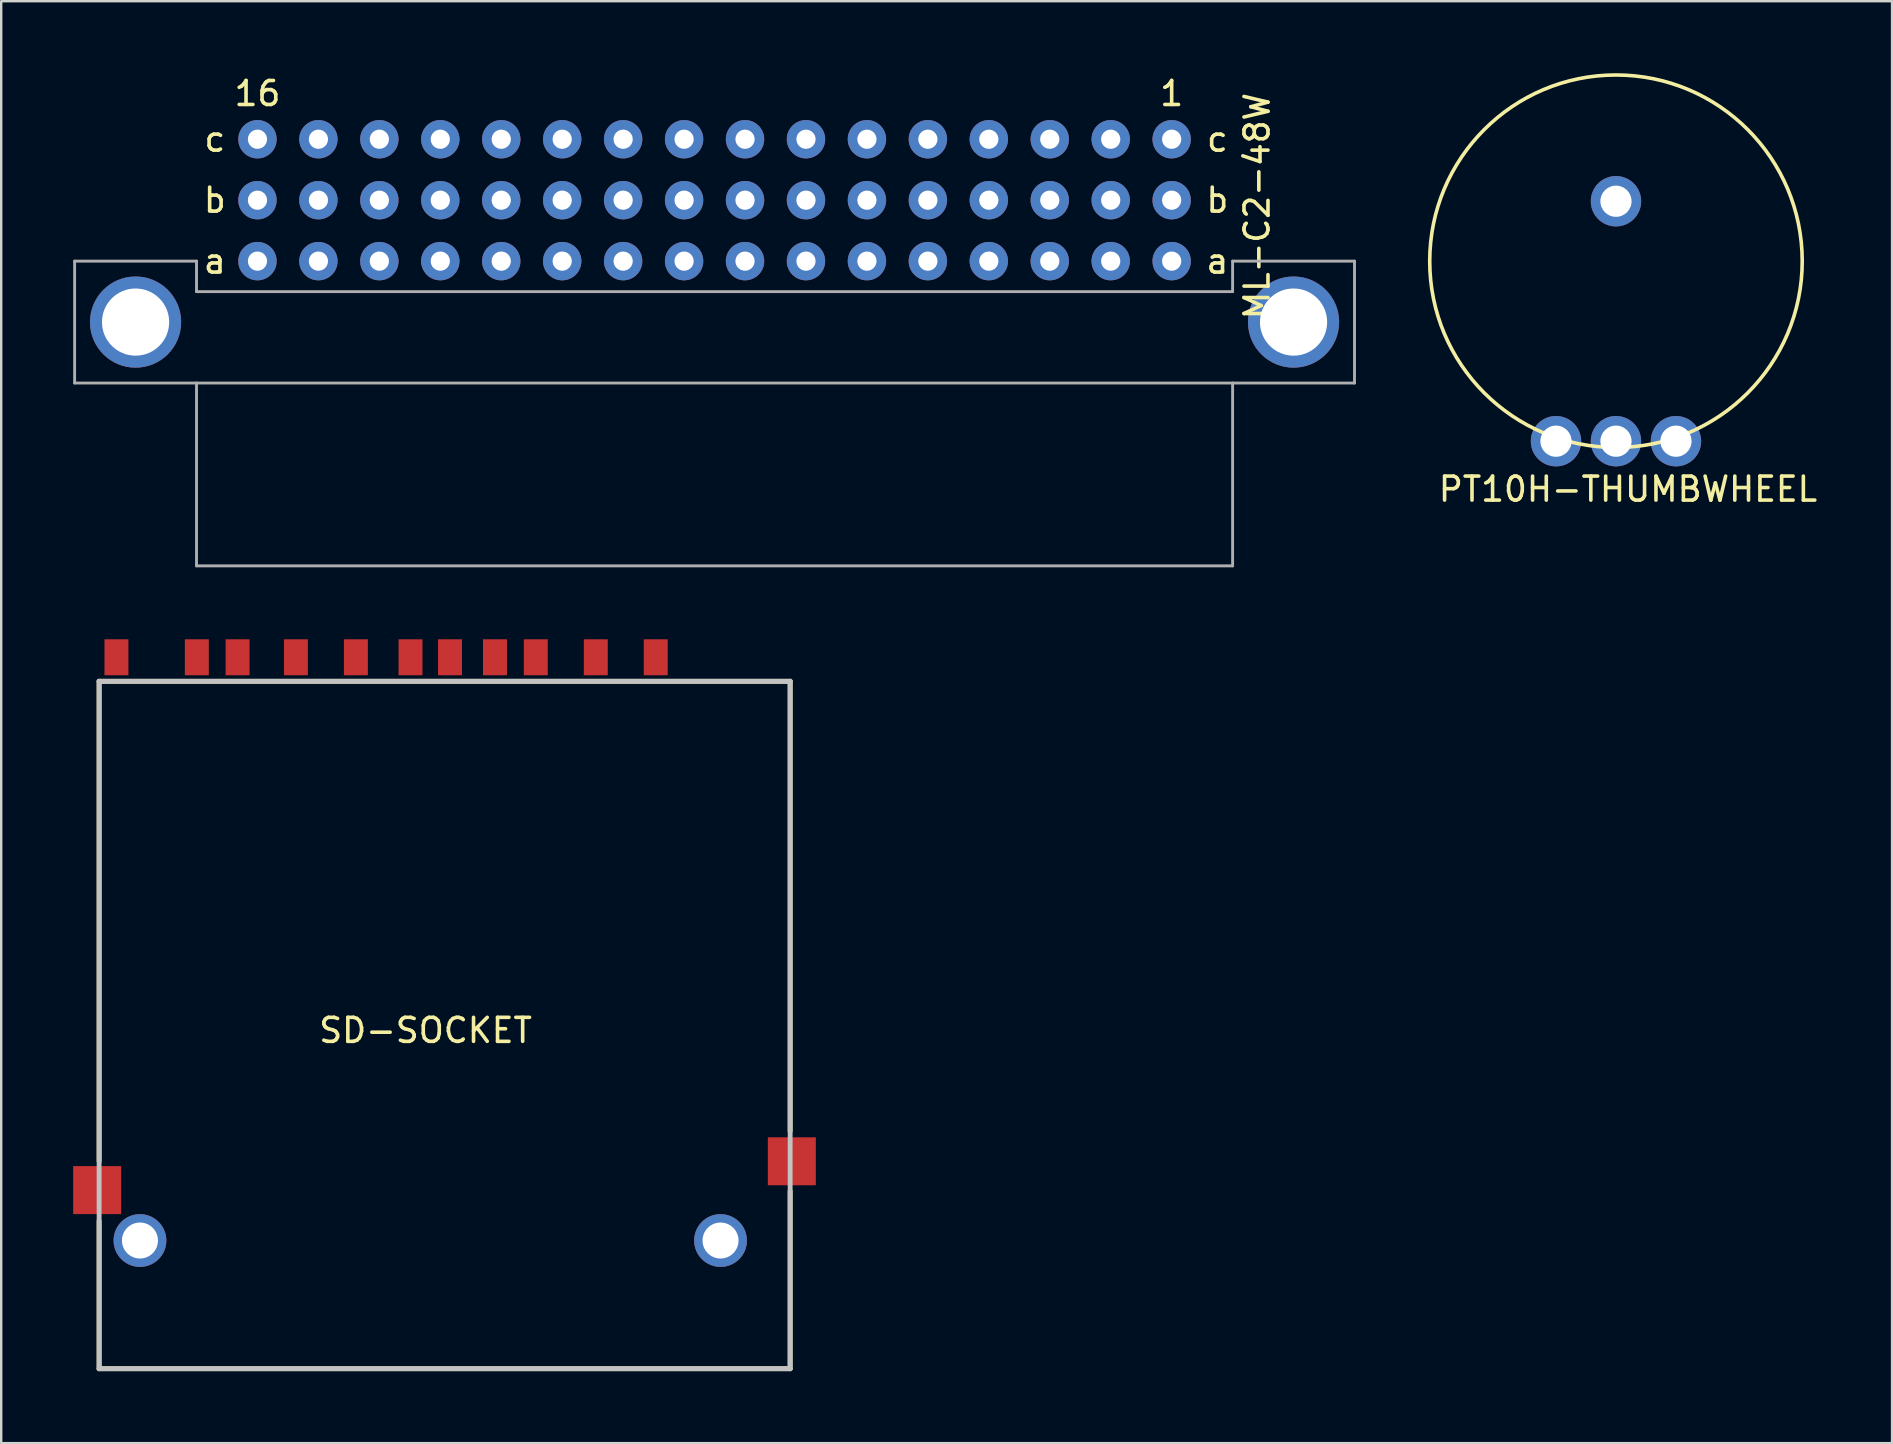
<source format=kicad_pcb>
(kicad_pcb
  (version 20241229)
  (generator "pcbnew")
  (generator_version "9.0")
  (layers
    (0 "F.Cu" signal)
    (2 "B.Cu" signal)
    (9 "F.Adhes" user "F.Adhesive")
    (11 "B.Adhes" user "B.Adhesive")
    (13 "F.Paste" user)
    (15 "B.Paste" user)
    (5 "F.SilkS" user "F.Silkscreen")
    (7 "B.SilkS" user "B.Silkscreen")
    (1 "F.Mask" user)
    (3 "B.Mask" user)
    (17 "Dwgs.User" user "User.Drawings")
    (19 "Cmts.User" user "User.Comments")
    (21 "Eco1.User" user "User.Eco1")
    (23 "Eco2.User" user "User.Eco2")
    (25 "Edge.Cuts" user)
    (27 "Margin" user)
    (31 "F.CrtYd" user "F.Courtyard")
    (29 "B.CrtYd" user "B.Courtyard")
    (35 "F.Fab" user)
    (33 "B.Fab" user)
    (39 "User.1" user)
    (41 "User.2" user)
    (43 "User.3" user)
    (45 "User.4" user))
  (footprint "PT10H-THUMBWHEEL"
    (layer "F.Cu")
    (at 61.797 15.337)
    (property "Reference" "PT10H-THUMBWHEEL" (at 3 2 0) (layer "F.SilkS") (effects (font (size 1 1) (thickness 0.15))))
    (attr through_hole)
    (fp_circle (center 2.5 -7.5) (end 4.5 0) (stroke (width 0.15) (type solid)) (fill no) (layer "F.SilkS"))
    (pad "1" thru_hole circle (at 0 0) (size 2.1 2.1) (drill 1.3) (layers "*.Cu" "*.Mask"))
    (pad "2" thru_hole circle (at 2.5 -10) (size 2.1 2.1) (drill 1.3) (layers "*.Cu" "*.Mask"))
    (pad "2" thru_hole circle (at 2.5 0) (size 2.1 2.1) (drill 1.3) (layers "*.Cu" "*.Mask"))
    (pad "3" thru_hole circle (at 5 0) (size 2.1 2.1) (drill 1.3) (layers "*.Cu" "*.Mask")))
  (footprint "SD-SOCKET"
    (layer "F.Cu")
    (at 14.6 39.398)
    (property "Reference" "SD-SOCKET" (at 0.085 0.495 0) (layer "F.SilkS") (effects (font (size 1 1) (thickness 0.15))))
    (attr smd)
    (fp_line (start -13.519 -14.055) (end -13.519 5.943) (stroke (width 0.203) (type solid)) (layer "F.SilkS"))
    (fp_line (start -13.519 8.442) (end -13.519 14.594) (stroke (width 0.203) (type solid)) (layer "F.SilkS"))
    (fp_line (start -13.519 14.594) (end 15.28 14.594) (stroke (width 0.203) (type solid)) (layer "F.SilkS"))
    (fp_line (start 15.28 -14.055) (end -13.519 -14.055) (stroke (width 0.203) (type solid)) (layer "F.SilkS"))
    (fp_line (start 15.28 4.693) (end 15.28 -14.055) (stroke (width 0.203) (type solid)) (layer "F.SilkS"))
    (fp_line (start 15.28 14.594) (end 15.28 7.192) (stroke (width 0.203) (type solid)) (layer "F.SilkS"))
    (fp_line (start -13.519 -14.055) (end -13.519 14.594) (stroke (width 0.203) (type solid)) (layer "Dwgs.User"))
    (fp_line (start -13.519 14.594) (end 15.28 14.594) (stroke (width 0.203) (type solid)) (layer "Dwgs.User"))
    (fp_line (start 15.28 -14.055) (end -13.519 -14.055) (stroke (width 0.203) (type solid)) (layer "Dwgs.User"))
    (fp_line (start 15.28 14.594) (end 15.28 -14.055) (stroke (width 0.203) (type solid)) (layer "Dwgs.User"))
    (pad "1" smd rect (at 7.18 -15.056) (size 0.998 1.499) (layers "F.Cu" "F.Mask"))
    (pad "2" smd rect (at 4.68 -15.056) (size 0.998 1.499) (layers "F.Cu" "F.Mask"))
    (pad "3" smd rect (at 1.104 -15.056) (size 0.998 1.499) (layers "F.Cu" "F.Mask"))
    (pad "4" smd rect (at -0.542 -15.056) (size 0.998 1.499) (layers "F.Cu" "F.Mask"))
    (pad "5" smd rect (at -2.818 -15.056) (size 0.998 1.499) (layers "F.Cu" "F.Mask"))
    (pad "6" smd rect (at -5.317 -15.056) (size 0.998 1.499) (layers "F.Cu" "F.Mask"))
    (pad "7" smd rect (at -7.748 -15.056) (size 0.998 1.499) (layers "F.Cu" "F.Mask"))
    (pad "8" smd rect (at -9.447 -15.056) (size 0.998 1.499) (layers "F.Cu" "F.Mask"))
    (pad "9" smd rect (at 9.679 -15.056) (size 0.998 1.499) (layers "F.Cu" "F.Mask"))
    (pad "CD" smd rect (at 2.979 -15.056) (size 0.998 1.499) (layers "F.Cu" "F.Mask"))
    (pad "GND1" smd rect (at -13.6 7.15) (size 2 2) (layers "F.Cu" "F.Mask"))
    (pad "GND2" smd rect (at 15.35 5.95) (size 2 2) (layers "F.Cu" "F.Mask"))
    (pad "GND3" thru_hole circle (at -11.817 9.252 180) (size 2.2 2.2) (drill 1.5) (layers "*.Cu" "*.Mask"))
    (pad "GND4" thru_hole circle (at 12.379 9.252 180) (size 2.2 2.2) (drill 1.5) (layers "*.Cu" "*.Mask"))
    (pad "WP" smd rect (at -12.797 -15.056) (size 0.998 1.499) (layers "F.Cu" "F.Mask")))
  (footprint "ML-C2-48W"
    (layer "F.Cu")
    (at 45.78 7.833)
    (property "Reference" "ML-C2-48W" (at 3.559 -2.293 270) (layer "F.SilkS") (effects (font (size 1 1) (thickness 0.15))))
    (attr through_hole)
    (fp_line (start -45.72 0) (end -40.64 0) (stroke (width 0.12) (type solid)) (layer "F.Fab"))
    (fp_line (start -45.72 5.08) (end -45.72 0) (stroke (width 0.12) (type solid)) (layer "F.Fab"))
    (fp_line (start -45.72 5.08) (end 7.62 5.08) (stroke (width 0.12) (type solid)) (layer "F.Fab"))
    (fp_line (start -40.64 0) (end -40.64 1.27) (stroke (width 0.12) (type solid)) (layer "F.Fab"))
    (fp_line (start -40.64 1.27) (end 2.54 1.27) (stroke (width 0.12) (type solid)) (layer "F.Fab"))
    (fp_line (start -40.64 12.7) (end -40.64 5.08) (stroke (width 0.12) (type solid)) (layer "F.Fab"))
    (fp_line (start -40.64 12.7) (end 2.54 12.7) (stroke (width 0.12) (type solid)) (layer "F.Fab"))
    (fp_line (start 2.54 1.27) (end 2.54 0) (stroke (width 0.12) (type solid)) (layer "F.Fab"))
    (fp_line (start 2.54 12.7) (end 2.54 5.08) (stroke (width 0.12) (type solid)) (layer "F.Fab"))
    (fp_line (start 7.62 0) (end 2.54 0) (stroke (width 0.12) (type solid)) (layer "F.Fab"))
    (fp_line (start 7.62 5.08) (end 7.62 0) (stroke (width 0.12) (type solid)) (layer "F.Fab"))
    (fp_text user "b" (at 1.905 -2.54 180) (layer "F.SilkS") (effects (font (size 1 1) (thickness 0.15))))
    (fp_text user "b" (at -39.878 -2.54 180) (layer "F.SilkS") (effects (font (size 1 1) (thickness 0.15))))
    (fp_text user "a" (at -39.878 0 180) (layer "F.SilkS") (effects (font (size 1 1) (thickness 0.15))))
    (fp_text user "16" (at -38.1 -6.985 180) (layer "F.SilkS") (effects (font (size 1 1) (thickness 0.15))))
    (fp_text user "c" (at -39.878 -5.08 180) (layer "F.SilkS") (effects (font (size 1 1) (thickness 0.15))))
    (fp_text user "1" (at 0 -6.985 180) (layer "F.SilkS") (effects (font (size 1 1) (thickness 0.15))))
    (fp_text user "c" (at 1.905 -5.08 180) (layer "F.SilkS") (effects (font (size 1 1) (thickness 0.15))))
    (fp_text user "a" (at 1.905 0 180) (layer "F.SilkS") (effects (font (size 1 1) (thickness 0.15))))
    (pad "" thru_hole circle (at -43.18 2.54) (size 3.8 3.8) (drill 2.8) (layers "*.Cu" "*.Mask"))
    (pad "" thru_hole circle (at 5.08 2.54) (size 3.8 3.8) (drill 2.8) (layers "*.Cu" "*.Mask"))
    (pad "1" thru_hole circle (at 0 0) (size 1.6 1.6) (drill 0.8) (layers "*.Cu" "*.Mask"))
    (pad "2" thru_hole circle (at -2.54 0) (size 1.6 1.6) (drill 0.8) (layers "*.Cu" "*.Mask"))
    (pad "3" thru_hole circle (at -5.08 0) (size 1.6 1.6) (drill 0.8) (layers "*.Cu" "*.Mask"))
    (pad "4" thru_hole circle (at -7.62 0) (size 1.6 1.6) (drill 0.8) (layers "*.Cu" "*.Mask"))
    (pad "5" thru_hole circle (at -10.16 0) (size 1.6 1.6) (drill 0.8) (layers "*.Cu" "*.Mask"))
    (pad "6" thru_hole circle (at -12.7 0) (size 1.6 1.6) (drill 0.8) (layers "*.Cu" "*.Mask"))
    (pad "7" thru_hole circle (at -15.24 0) (size 1.6 1.6) (drill 0.8) (layers "*.Cu" "*.Mask"))
    (pad "8" thru_hole circle (at -17.78 0) (size 1.6 1.6) (drill 0.8) (layers "*.Cu" "*.Mask"))
    (pad "9" thru_hole circle (at -20.32 0) (size 1.6 1.6) (drill 0.8) (layers "*.Cu" "*.Mask"))
    (pad "10" thru_hole circle (at -22.86 0) (size 1.6 1.6) (drill 0.8) (layers "*.Cu" "*.Mask"))
    (pad "11" thru_hole circle (at -25.4 0) (size 1.6 1.6) (drill 0.8) (layers "*.Cu" "*.Mask"))
    (pad "12" thru_hole circle (at -27.94 0) (size 1.6 1.6) (drill 0.8) (layers "*.Cu" "*.Mask"))
    (pad "13" thru_hole circle (at -30.48 0) (size 1.6 1.6) (drill 0.8) (layers "*.Cu" "*.Mask"))
    (pad "14" thru_hole circle (at -33.02 0) (size 1.6 1.6) (drill 0.8) (layers "*.Cu" "*.Mask"))
    (pad "15" thru_hole circle (at -35.56 0) (size 1.6 1.6) (drill 0.8) (layers "*.Cu" "*.Mask"))
    (pad "16" thru_hole circle (at -38.1 0) (size 1.6 1.6) (drill 0.8) (layers "*.Cu" "*.Mask"))
    (pad "17" thru_hole circle (at 0 -2.54) (size 1.6 1.6) (drill 0.8) (layers "*.Cu" "*.Mask"))
    (pad "18" thru_hole circle (at -2.54 -2.54) (size 1.6 1.6) (drill 0.8) (layers "*.Cu" "*.Mask"))
    (pad "19" thru_hole circle (at -5.08 -2.54) (size 1.6 1.6) (drill 0.8) (layers "*.Cu" "*.Mask"))
    (pad "20" thru_hole circle (at -7.62 -2.54) (size 1.6 1.6) (drill 0.8) (layers "*.Cu" "*.Mask"))
    (pad "21" thru_hole circle (at -10.16 -2.54) (size 1.6 1.6) (drill 0.8) (layers "*.Cu" "*.Mask"))
    (pad "22" thru_hole circle (at -12.7 -2.54) (size 1.6 1.6) (drill 0.8) (layers "*.Cu" "*.Mask"))
    (pad "23" thru_hole circle (at -15.24 -2.54) (size 1.6 1.6) (drill 0.8) (layers "*.Cu" "*.Mask"))
    (pad "24" thru_hole circle (at -17.78 -2.54) (size 1.6 1.6) (drill 0.8) (layers "*.Cu" "*.Mask"))
    (pad "25" thru_hole circle (at -20.32 -2.54) (size 1.6 1.6) (drill 0.8) (layers "*.Cu" "*.Mask"))
    (pad "26" thru_hole circle (at -22.86 -2.54) (size 1.6 1.6) (drill 0.8) (layers "*.Cu" "*.Mask"))
    (pad "27" thru_hole circle (at -25.4 -2.54) (size 1.6 1.6) (drill 0.8) (layers "*.Cu" "*.Mask"))
    (pad "28" thru_hole circle (at -27.94 -2.54) (size 1.6 1.6) (drill 0.8) (layers "*.Cu" "*.Mask"))
    (pad "29" thru_hole circle (at -30.48 -2.54) (size 1.6 1.6) (drill 0.8) (layers "*.Cu" "*.Mask"))
    (pad "30" thru_hole circle (at -33.02 -2.54) (size 1.6 1.6) (drill 0.8) (layers "*.Cu" "*.Mask"))
    (pad "31" thru_hole circle (at -35.56 -2.54) (size 1.6 1.6) (drill 0.8) (layers "*.Cu" "*.Mask"))
    (pad "32" thru_hole circle (at -38.1 -2.54) (size 1.6 1.6) (drill 0.8) (layers "*.Cu" "*.Mask"))
    (pad "33" thru_hole circle (at 0 -5.08) (size 1.6 1.6) (drill 0.8) (layers "*.Cu" "*.Mask"))
    (pad "34" thru_hole circle (at -2.54 -5.08) (size 1.6 1.6) (drill 0.8) (layers "*.Cu" "*.Mask"))
    (pad "35" thru_hole circle (at -5.08 -5.08) (size 1.6 1.6) (drill 0.8) (layers "*.Cu" "*.Mask"))
    (pad "36" thru_hole circle (at -7.62 -5.08) (size 1.6 1.6) (drill 0.8) (layers "*.Cu" "*.Mask"))
    (pad "37" thru_hole circle (at -10.16 -5.08) (size 1.6 1.6) (drill 0.8) (layers "*.Cu" "*.Mask"))
    (pad "38" thru_hole circle (at -12.7 -5.08) (size 1.6 1.6) (drill 0.8) (layers "*.Cu" "*.Mask"))
    (pad "39" thru_hole circle (at -15.24 -5.08) (size 1.6 1.6) (drill 0.8) (layers "*.Cu" "*.Mask"))
    (pad "40" thru_hole circle (at -17.78 -5.08) (size 1.6 1.6) (drill 0.8) (layers "*.Cu" "*.Mask"))
    (pad "41" thru_hole circle (at -20.32 -5.08) (size 1.6 1.6) (drill 0.8) (layers "*.Cu" "*.Mask"))
    (pad "42" thru_hole circle (at -22.86 -5.08) (size 1.6 1.6) (drill 0.8) (layers "*.Cu" "*.Mask"))
    (pad "43" thru_hole circle (at -25.4 -5.08) (size 1.6 1.6) (drill 0.8) (layers "*.Cu" "*.Mask"))
    (pad "44" thru_hole circle (at -27.94 -5.08) (size 1.6 1.6) (drill 0.8) (layers "*.Cu" "*.Mask"))
    (pad "45" thru_hole circle (at -30.48 -5.08) (size 1.6 1.6) (drill 0.8) (layers "*.Cu" "*.Mask"))
    (pad "46" thru_hole circle (at -33.02 -5.08) (size 1.6 1.6) (drill 0.8) (layers "*.Cu" "*.Mask"))
    (pad "47" thru_hole circle (at -35.56 -5.08) (size 1.6 1.6) (drill 0.8) (layers "*.Cu" "*.Mask"))
    (pad "48" thru_hole circle (at -38.1 -5.08) (size 1.6 1.6) (drill 0.8) (layers "*.Cu" "*.Mask")))
  (gr_rect
    (start -3 -3)
    (end 75.803 57.094)
    (stroke (width 0.1) (type default))
    (fill no)
    (layer "Edge.Cuts")))
</source>
